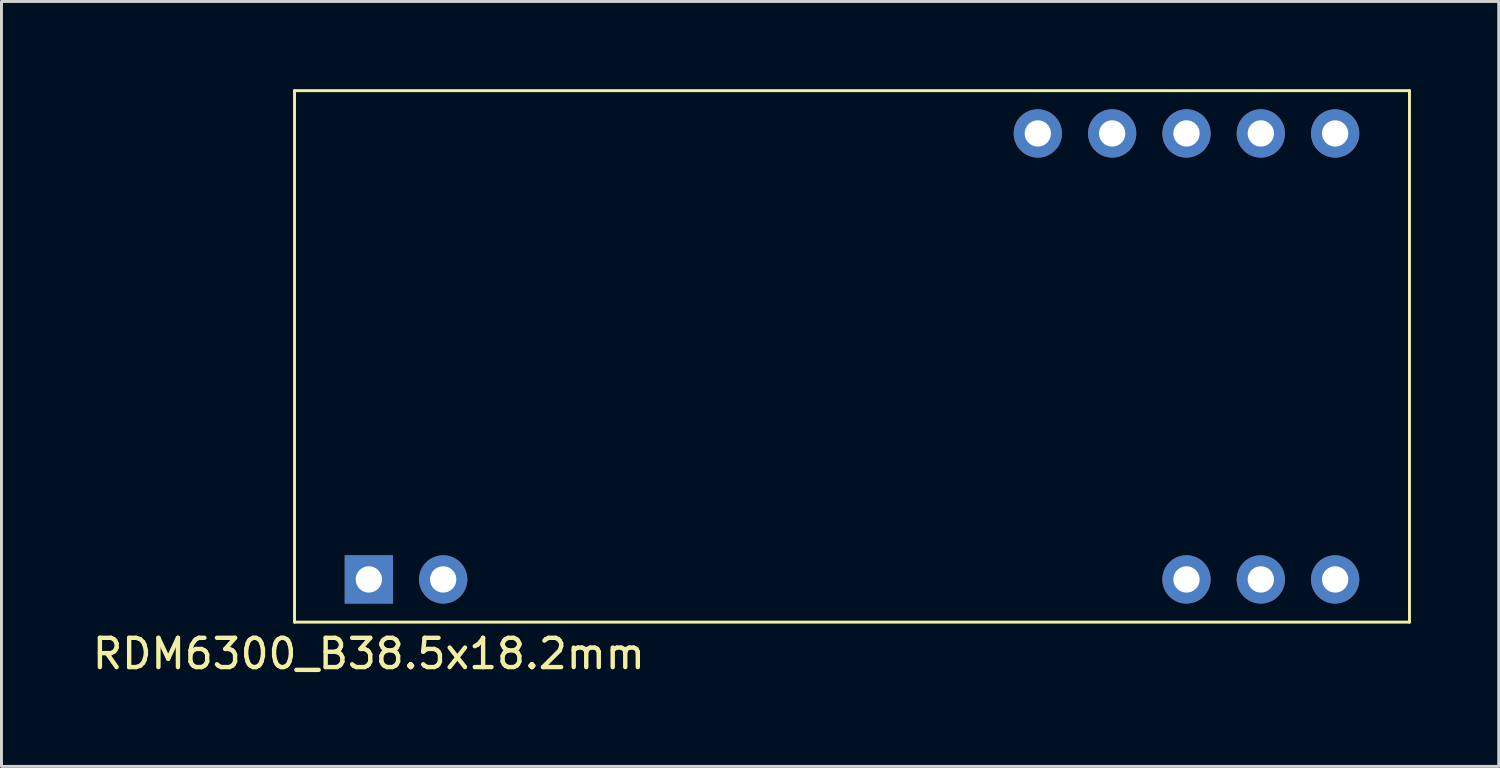
<source format=kicad_pcb>
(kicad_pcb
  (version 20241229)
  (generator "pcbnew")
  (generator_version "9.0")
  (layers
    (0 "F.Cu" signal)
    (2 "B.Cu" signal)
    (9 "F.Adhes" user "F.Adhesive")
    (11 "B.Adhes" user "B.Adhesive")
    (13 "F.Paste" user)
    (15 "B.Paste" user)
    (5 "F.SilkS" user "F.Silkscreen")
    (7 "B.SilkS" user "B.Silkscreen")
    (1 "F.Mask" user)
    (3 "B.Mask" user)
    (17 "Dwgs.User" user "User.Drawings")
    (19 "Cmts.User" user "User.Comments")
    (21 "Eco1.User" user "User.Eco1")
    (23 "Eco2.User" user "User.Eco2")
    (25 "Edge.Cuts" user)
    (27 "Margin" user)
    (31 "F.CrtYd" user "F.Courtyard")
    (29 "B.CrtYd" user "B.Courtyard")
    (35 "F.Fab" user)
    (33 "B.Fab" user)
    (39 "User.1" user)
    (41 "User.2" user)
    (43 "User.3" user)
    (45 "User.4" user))
  (footprint "RDM6300_B38.5x18.2mm"
    (layer "F.Cu")
    (at 9.554 16.75)
    (property "Reference" "RDM6300_B38.5x18.2mm" (at 0 2.54 0) (layer "F.SilkS") (effects (font (size 1 1) (thickness 0.15))))
    (attr through_hole)
    (fp_line (start -2.54 -16.701) (end -2.54 1.46) (stroke (width 0.1) (type solid)) (layer "F.SilkS"))
    (fp_line (start -2.54 1.46) (end 35.56 1.46) (stroke (width 0.1) (type solid)) (layer "F.SilkS"))
    (fp_line (start 35.56 -16.701) (end -2.54 -16.701) (stroke (width 0.1) (type solid)) (layer "F.SilkS"))
    (fp_line (start 35.56 1.46) (end 35.56 -16.701) (stroke (width 0.1) (type solid)) (layer "F.SilkS"))
    (pad "1" thru_hole rect (at 0 0) (size 1.65 1.65) (drill 0.9) (layers "*.Cu" "*.Mask"))
    (pad "2" thru_hole circle (at 2.54 0) (size 1.65 1.65) (drill 0.9) (layers "*.Cu" "*.Mask"))
    (pad "3" thru_hole circle (at 27.94 0) (size 1.65 1.65) (drill 0.9) (layers "*.Cu" "*.Mask"))
    (pad "4" thru_hole circle (at 30.48 0) (size 1.65 1.65) (drill 0.9) (layers "*.Cu" "*.Mask"))
    (pad "5" thru_hole circle (at 33.02 0) (size 1.65 1.65) (drill 0.9) (layers "*.Cu" "*.Mask"))
    (pad "6" thru_hole circle (at 33.02 -15.24) (size 1.65 1.65) (drill 0.9) (layers "*.Cu" "*.Mask"))
    (pad "7" thru_hole circle (at 30.48 -15.24) (size 1.65 1.65) (drill 0.9) (layers "*.Cu" "*.Mask"))
    (pad "8" thru_hole circle (at 27.94 -15.24) (size 1.65 1.65) (drill 0.9) (layers "*.Cu" "*.Mask"))
    (pad "9" thru_hole circle (at 25.4 -15.24) (size 1.65 1.65) (drill 0.9) (layers "*.Cu" "*.Mask"))
    (pad "10" thru_hole circle (at 22.86 -15.24) (size 1.65 1.65) (drill 0.9) (layers "*.Cu" "*.Mask")))
  (gr_rect
    (start -3 -3)
    (end 48.164 23.139)
    (stroke (width 0.1) (type default))
    (fill no)
    (layer "Edge.Cuts")))
</source>
